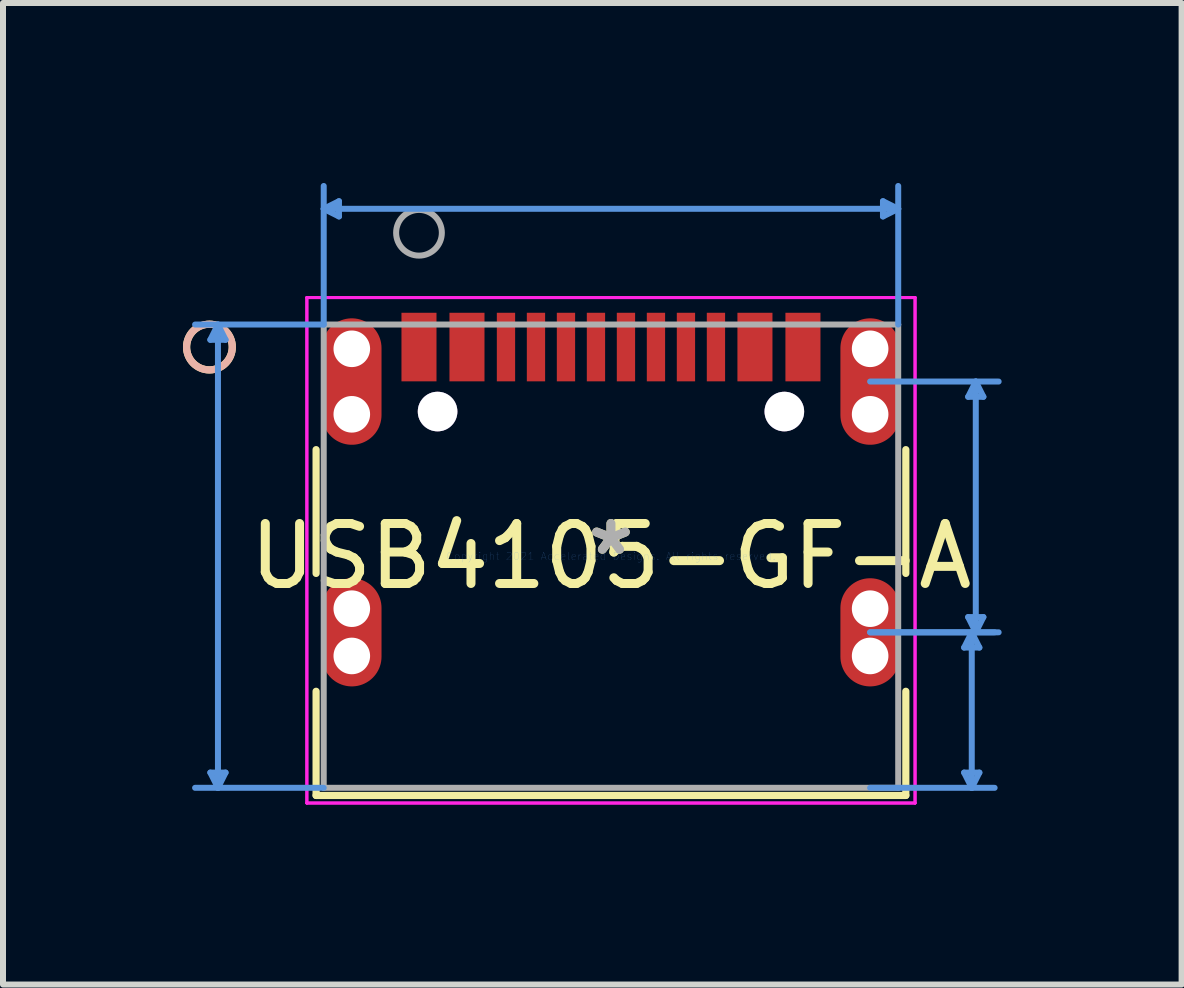
<source format=kicad_pcb>
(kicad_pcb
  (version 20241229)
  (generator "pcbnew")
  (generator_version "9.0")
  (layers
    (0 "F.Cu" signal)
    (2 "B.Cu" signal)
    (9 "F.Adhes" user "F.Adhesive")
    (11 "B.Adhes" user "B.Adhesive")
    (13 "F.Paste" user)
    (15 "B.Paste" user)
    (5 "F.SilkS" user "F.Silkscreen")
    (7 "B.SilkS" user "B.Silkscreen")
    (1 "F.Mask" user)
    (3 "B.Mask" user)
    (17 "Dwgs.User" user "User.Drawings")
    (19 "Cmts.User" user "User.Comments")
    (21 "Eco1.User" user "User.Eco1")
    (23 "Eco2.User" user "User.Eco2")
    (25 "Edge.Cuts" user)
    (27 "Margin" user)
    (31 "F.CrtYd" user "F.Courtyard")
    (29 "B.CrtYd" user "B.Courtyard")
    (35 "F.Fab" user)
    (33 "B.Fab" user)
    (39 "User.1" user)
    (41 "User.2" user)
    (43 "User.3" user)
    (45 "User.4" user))
  (footprint "USB4105-GF-A"
    (layer "F.Cu")
    (at 7.134 6.221)
    (property "Reference" "USB4105-GF-A" (at 0 0 0) (layer "F.SilkS") (effects (font (size 1 1) (thickness 0.15))))
    (attr through_hole)
    (fp_line (start -4.915 -1.776) (end -4.915 0.287) (stroke (width 0.12) (type solid)) (layer "F.SilkS"))
    (fp_line (start -4.915 2.252) (end -4.915 3.988) (stroke (width 0.12) (type solid)) (layer "F.SilkS"))
    (fp_line (start -4.915 3.988) (end 4.915 3.988) (stroke (width 0.12) (type solid)) (layer "F.SilkS"))
    (fp_line (start 4.915 0.287) (end 4.915 -1.776) (stroke (width 0.12) (type solid)) (layer "F.SilkS"))
    (fp_line (start 4.915 3.988) (end 4.915 2.252) (stroke (width 0.12) (type solid)) (layer "F.SilkS"))
    (fp_circle (center -6.693 -3.486) (end -6.312 -3.486) (stroke (width 0.12) (type solid)) (fill no) (layer "F.SilkS"))
    (fp_circle (center -6.693 -3.486) (end -6.312 -3.486) (stroke (width 0.12) (type solid)) (fill no) (layer "B.SilkS"))
    (fp_line (start -6.678 3.607) (end -6.551 3.861) (stroke (width 0.1) (type solid)) (layer "Cmts.User"))
    (fp_line (start -6.678 -3.607) (end -6.551 -3.861) (stroke (width 0.1) (type solid)) (layer "Cmts.User"))
    (fp_line (start -6.678 -3.607) (end -6.424 -3.607) (stroke (width 0.1) (type solid)) (layer "Cmts.User"))
    (fp_line (start -6.551 -3.861) (end -6.551 3.861) (stroke (width 0.1) (type solid)) (layer "Cmts.User"))
    (fp_line (start -6.424 3.607) (end -6.678 3.607) (stroke (width 0.1) (type solid)) (layer "Cmts.User"))
    (fp_line (start -6.424 3.607) (end -6.551 3.861) (stroke (width 0.1) (type solid)) (layer "Cmts.User"))
    (fp_line (start -6.424 -3.607) (end -6.551 -3.861) (stroke (width 0.1) (type solid)) (layer "Cmts.User"))
    (fp_line (start -4.788 -5.79) (end 4.788 -5.79) (stroke (width 0.1) (type solid)) (layer "Cmts.User"))
    (fp_line (start -4.788 -3.861) (end -6.932 -3.861) (stroke (width 0.1) (type solid)) (layer "Cmts.User"))
    (fp_line (start -4.788 -3.861) (end -4.788 -6.171) (stroke (width 0.1) (type solid)) (layer "Cmts.User"))
    (fp_line (start -4.788 3.861) (end -6.932 3.861) (stroke (width 0.1) (type solid)) (layer "Cmts.User"))
    (fp_line (start -4.534 -5.663) (end -4.788 -5.79) (stroke (width 0.1) (type solid)) (layer "Cmts.User"))
    (fp_line (start -4.534 -5.663) (end -4.534 -5.917) (stroke (width 0.1) (type solid)) (layer "Cmts.User"))
    (fp_line (start -4.534 -5.917) (end -4.788 -5.79) (stroke (width 0.1) (type solid)) (layer "Cmts.User"))
    (fp_line (start 4.32 -2.911) (end 6.462 -2.911) (stroke (width 0.1) (type solid)) (layer "Cmts.User"))
    (fp_line (start 4.32 1.269) (end 6.462 1.269) (stroke (width 0.1) (type solid)) (layer "Cmts.User"))
    (fp_line (start 4.32 1.269) (end 6.395 1.269) (stroke (width 0.1) (type solid)) (layer "Cmts.User"))
    (fp_line (start 4.32 3.861) (end 6.395 3.861) (stroke (width 0.1) (type solid)) (layer "Cmts.User"))
    (fp_line (start 4.534 -5.663) (end 4.788 -5.79) (stroke (width 0.1) (type solid)) (layer "Cmts.User"))
    (fp_line (start 4.534 -5.917) (end 4.534 -5.663) (stroke (width 0.1) (type solid)) (layer "Cmts.User"))
    (fp_line (start 4.534 -5.917) (end 4.788 -5.79) (stroke (width 0.1) (type solid)) (layer "Cmts.User"))
    (fp_line (start 4.788 -3.861) (end 4.788 -6.171) (stroke (width 0.1) (type solid)) (layer "Cmts.User"))
    (fp_line (start 5.887 3.607) (end 6.014 3.861) (stroke (width 0.1) (type solid)) (layer "Cmts.User"))
    (fp_line (start 5.887 1.523) (end 6.014 1.269) (stroke (width 0.1) (type solid)) (layer "Cmts.User"))
    (fp_line (start 5.887 1.523) (end 6.141 1.523) (stroke (width 0.1) (type solid)) (layer "Cmts.User"))
    (fp_line (start 5.954 1.015) (end 6.081 1.269) (stroke (width 0.1) (type solid)) (layer "Cmts.User"))
    (fp_line (start 5.954 -2.657) (end 6.081 -2.911) (stroke (width 0.1) (type solid)) (layer "Cmts.User"))
    (fp_line (start 5.954 -2.657) (end 6.208 -2.657) (stroke (width 0.1) (type solid)) (layer "Cmts.User"))
    (fp_line (start 6.014 1.269) (end 6.014 3.861) (stroke (width 0.1) (type solid)) (layer "Cmts.User"))
    (fp_line (start 6.081 -2.911) (end 6.081 1.269) (stroke (width 0.1) (type solid)) (layer "Cmts.User"))
    (fp_line (start 6.141 3.607) (end 5.887 3.607) (stroke (width 0.1) (type solid)) (layer "Cmts.User"))
    (fp_line (start 6.141 3.607) (end 6.014 3.861) (stroke (width 0.1) (type solid)) (layer "Cmts.User"))
    (fp_line (start 6.141 1.523) (end 6.014 1.269) (stroke (width 0.1) (type solid)) (layer "Cmts.User"))
    (fp_line (start 6.208 1.015) (end 5.954 1.015) (stroke (width 0.1) (type solid)) (layer "Cmts.User"))
    (fp_line (start 6.208 1.015) (end 6.081 1.269) (stroke (width 0.1) (type solid)) (layer "Cmts.User"))
    (fp_line (start 6.208 -2.657) (end 6.081 -2.911) (stroke (width 0.1) (type solid)) (layer "Cmts.User"))
    (fp_line (start -5.069 -4.311) (end -5.069 4.115) (stroke (width 0.05) (type solid)) (layer "F.CrtYd"))
    (fp_line (start -5.069 -4.311) (end -5.069 4.115) (stroke (width 0.05) (type solid)) (layer "F.CrtYd"))
    (fp_line (start -5.069 4.115) (end 5.069 4.115) (stroke (width 0.05) (type solid)) (layer "F.CrtYd"))
    (fp_line (start -5.069 4.115) (end 5.069 4.115) (stroke (width 0.05) (type solid)) (layer "F.CrtYd"))
    (fp_line (start 5.069 -4.311) (end -5.069 -4.311) (stroke (width 0.05) (type solid)) (layer "F.CrtYd"))
    (fp_line (start 5.069 -4.311) (end -5.069 -4.311) (stroke (width 0.05) (type solid)) (layer "F.CrtYd"))
    (fp_line (start 5.069 4.115) (end 5.069 -4.311) (stroke (width 0.05) (type solid)) (layer "F.CrtYd"))
    (fp_line (start 5.069 4.115) (end 5.069 -4.311) (stroke (width 0.05) (type solid)) (layer "F.CrtYd"))
    (fp_line (start -4.788 -3.861) (end -4.788 3.861) (stroke (width 0.1) (type solid)) (layer "F.Fab"))
    (fp_line (start -4.788 3.861) (end 4.788 3.861) (stroke (width 0.1) (type solid)) (layer "F.Fab"))
    (fp_line (start 4.788 -3.861) (end -4.788 -3.861) (stroke (width 0.1) (type solid)) (layer "F.Fab"))
    (fp_line (start 4.788 3.861) (end 4.788 -3.861) (stroke (width 0.1) (type solid)) (layer "F.Fab"))
    (fp_circle (center -3.2 -5.391) (end -2.819 -5.391) (stroke (width 0.1) (type solid)) (fill no) (layer "F.Fab"))
    (fp_text user "*" (at 0 0 0) (layer "F.SilkS") (effects (font (size 1 1) (thickness 0.15))))
    (fp_text user "Copyright 2021 Accelerated Designs. All rights reserved." (at 0 0 0) (layer "Cmts.User") (effects (font (size 0.127 0.127) (thickness 0.002))))
    (fp_text user "*" (at 0 0 0) (layer "F.Fab") (effects (font (size 1 1) (thickness 0.15))))
    (pad "" np_thru_hole circle (at -4.32 -3.457) (size 0.61 0.61) (drill 0.61) (layers "*.Cu" "*.Mask"))
    (pad "" np_thru_hole circle (at -4.32 -2.365) (size 0.61 0.61) (drill 0.61) (layers "*.Cu" "*.Mask"))
    (pad "" np_thru_hole circle (at -4.32 0.875) (size 0.61 0.61) (drill 0.61) (layers "*.Cu" "*.Mask"))
    (pad "" np_thru_hole circle (at -4.32 1.663) (size 0.61 0.61) (drill 0.61) (layers "*.Cu" "*.Mask"))
    (pad "" np_thru_hole circle (at 4.32 -3.457) (size 0.61 0.61) (drill 0.61) (layers "*.Cu" "*.Mask"))
    (pad "" np_thru_hole circle (at 4.32 -2.365) (size 0.61 0.61) (drill 0.61) (layers "*.Cu" "*.Mask"))
    (pad "" np_thru_hole circle (at 4.32 0.875) (size 0.61 0.61) (drill 0.61) (layers "*.Cu" "*.Mask"))
    (pad "" np_thru_hole circle (at 4.32 1.663) (size 0.61 0.61) (drill 0.61) (layers "*.Cu" "*.Mask"))
    (pad "13" smd oval (at -4.32 1.269) (size 0.991 1.803) (layers "F.Cu" "F.Mask" "F.Paste"))
    (pad "14" smd oval (at 4.32 1.269) (size 0.991 1.803) (layers "F.Cu" "F.Mask" "F.Paste"))
    (pad "15" smd oval (at -4.32 -2.911) (size 0.991 2.108) (layers "F.Cu" "F.Mask" "F.Paste"))
    (pad "16" smd oval (at 4.32 -2.911) (size 0.991 2.108) (layers "F.Cu" "F.Mask" "F.Paste"))
    (pad "17" thru_hole circle (at -2.89 -2.411) (size 0.66 0.66) (drill 0.66) (layers "*.Cu" "*.Mask"))
    (pad "18" thru_hole circle (at 2.89 -2.411) (size 0.66 0.66) (drill 0.66) (layers "*.Cu" "*.Mask"))
    (pad "A1-B12" smd rect (at -3.2 -3.486) (size 0.584 1.143) (layers "F.Cu" "F.Mask" "F.Paste"))
    (pad "A4-B9" smd rect (at -2.4 -3.486) (size 0.584 1.143) (layers "F.Cu" "F.Mask" "F.Paste"))
    (pad "A5" smd rect (at -1.25 -3.486) (size 0.305 1.143) (layers "F.Cu" "F.Mask" "F.Paste"))
    (pad "A6" smd rect (at -0.25 -3.486) (size 0.305 1.143) (layers "F.Cu" "F.Mask" "F.Paste"))
    (pad "A7" smd rect (at 0.25 -3.486) (size 0.305 1.143) (layers "F.Cu" "F.Mask" "F.Paste"))
    (pad "A8" smd rect (at 1.25 -3.486) (size 0.305 1.143) (layers "F.Cu" "F.Mask" "F.Paste"))
    (pad "B1-A12" smd rect (at 3.2 -3.486) (size 0.584 1.143) (layers "F.Cu" "F.Mask" "F.Paste"))
    (pad "B4-A9" smd rect (at 2.4 -3.486) (size 0.584 1.143) (layers "F.Cu" "F.Mask" "F.Paste"))
    (pad "B5" smd rect (at 1.75 -3.486) (size 0.305 1.143) (layers "F.Cu" "F.Mask" "F.Paste"))
    (pad "B6" smd rect (at 0.75 -3.486) (size 0.305 1.143) (layers "F.Cu" "F.Mask" "F.Paste"))
    (pad "B7" smd rect (at -0.75 -3.486) (size 0.305 1.143) (layers "F.Cu" "F.Mask" "F.Paste"))
    (pad "B8" smd rect (at -1.75 -3.486) (size 0.305 1.143) (layers "F.Cu" "F.Mask" "F.Paste")))
  (gr_rect
    (start -3 -3)
    (end 16.646 13.361)
    (stroke (width 0.1) (type default))
    (fill no)
    (layer "Edge.Cuts")))
</source>
